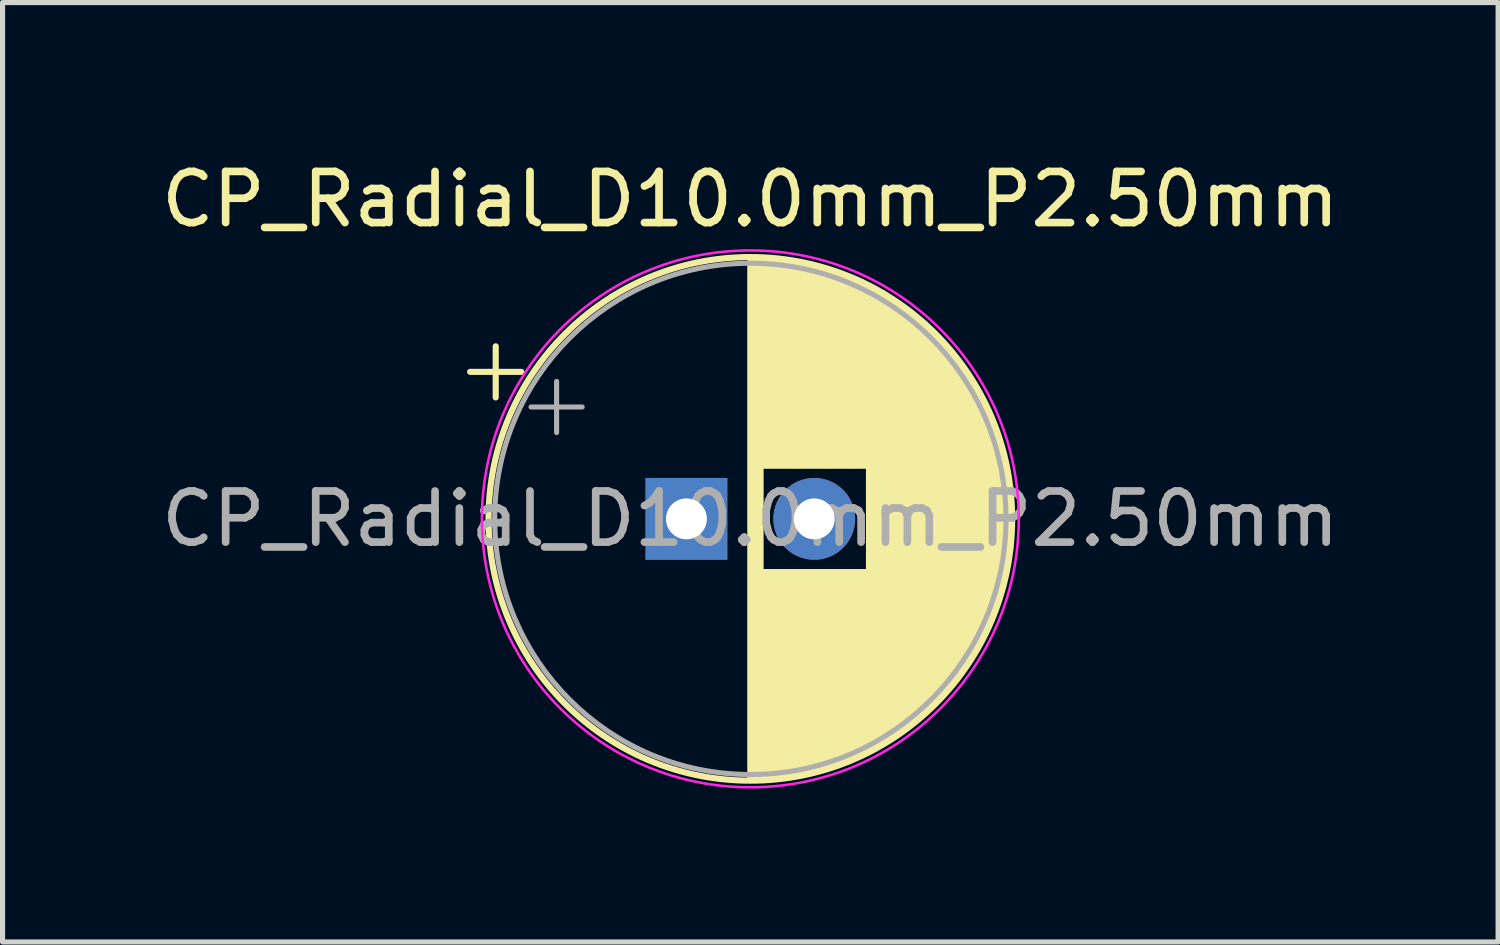
<source format=kicad_pcb>
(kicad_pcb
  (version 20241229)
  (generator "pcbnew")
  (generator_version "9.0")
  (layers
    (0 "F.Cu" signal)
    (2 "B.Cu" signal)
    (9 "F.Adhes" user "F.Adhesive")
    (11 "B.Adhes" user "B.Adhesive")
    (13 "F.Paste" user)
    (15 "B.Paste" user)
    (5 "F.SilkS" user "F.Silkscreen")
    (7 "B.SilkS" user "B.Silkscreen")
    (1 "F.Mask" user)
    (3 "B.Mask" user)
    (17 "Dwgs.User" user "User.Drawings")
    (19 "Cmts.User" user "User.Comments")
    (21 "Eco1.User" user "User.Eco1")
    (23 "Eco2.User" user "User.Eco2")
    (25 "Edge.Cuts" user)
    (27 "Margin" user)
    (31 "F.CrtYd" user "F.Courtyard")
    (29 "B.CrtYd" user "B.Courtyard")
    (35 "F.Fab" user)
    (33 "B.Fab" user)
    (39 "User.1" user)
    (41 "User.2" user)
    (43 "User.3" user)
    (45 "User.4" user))
  (footprint "CP_Radial_D10.0mm_P2.50mm"
    (layer "F.Cu")
    (at 10.375 7.098)
    (property "Reference" "CP_Radial_D10.0mm_P2.50mm" (at 1.25 -6.25 0) (layer "F.SilkS") (effects (font (size 1 1) (thickness 0.15))))
    (attr through_hole)
    (fp_line (start -4.23 -2.875) (end -3.23 -2.875) (stroke (width 0.12) (type solid)) (layer "F.SilkS"))
    (fp_line (start -3.73 -3.375) (end -3.73 -2.375) (stroke (width 0.12) (type solid)) (layer "F.SilkS"))
    (fp_line (start 1.25 -5.08) (end 1.25 5.08) (stroke (width 0.12) (type solid)) (layer "F.SilkS"))
    (fp_line (start 1.29 -5.08) (end 1.29 5.08) (stroke (width 0.12) (type solid)) (layer "F.SilkS"))
    (fp_line (start 1.33 -5.08) (end 1.33 5.08) (stroke (width 0.12) (type solid)) (layer "F.SilkS"))
    (fp_line (start 1.37 -5.079) (end 1.37 5.079) (stroke (width 0.12) (type solid)) (layer "F.SilkS"))
    (fp_line (start 1.41 -5.078) (end 1.41 5.078) (stroke (width 0.12) (type solid)) (layer "F.SilkS"))
    (fp_line (start 1.45 -5.077) (end 1.45 5.077) (stroke (width 0.12) (type solid)) (layer "F.SilkS"))
    (fp_line (start 1.49 -5.075) (end 1.49 -1.04) (stroke (width 0.12) (type solid)) (layer "F.SilkS"))
    (fp_line (start 1.49 1.04) (end 1.49 5.075) (stroke (width 0.12) (type solid)) (layer "F.SilkS"))
    (fp_line (start 1.53 -5.073) (end 1.53 -1.04) (stroke (width 0.12) (type solid)) (layer "F.SilkS"))
    (fp_line (start 1.53 1.04) (end 1.53 5.073) (stroke (width 0.12) (type solid)) (layer "F.SilkS"))
    (fp_line (start 1.57 -5.07) (end 1.57 -1.04) (stroke (width 0.12) (type solid)) (layer "F.SilkS"))
    (fp_line (start 1.57 1.04) (end 1.57 5.07) (stroke (width 0.12) (type solid)) (layer "F.SilkS"))
    (fp_line (start 1.61 -5.068) (end 1.61 -1.04) (stroke (width 0.12) (type solid)) (layer "F.SilkS"))
    (fp_line (start 1.61 1.04) (end 1.61 5.068) (stroke (width 0.12) (type solid)) (layer "F.SilkS"))
    (fp_line (start 1.65 -5.065) (end 1.65 -1.04) (stroke (width 0.12) (type solid)) (layer "F.SilkS"))
    (fp_line (start 1.65 1.04) (end 1.65 5.065) (stroke (width 0.12) (type solid)) (layer "F.SilkS"))
    (fp_line (start 1.69 -5.062) (end 1.69 -1.04) (stroke (width 0.12) (type solid)) (layer "F.SilkS"))
    (fp_line (start 1.69 1.04) (end 1.69 5.062) (stroke (width 0.12) (type solid)) (layer "F.SilkS"))
    (fp_line (start 1.73 -5.058) (end 1.73 -1.04) (stroke (width 0.12) (type solid)) (layer "F.SilkS"))
    (fp_line (start 1.73 1.04) (end 1.73 5.058) (stroke (width 0.12) (type solid)) (layer "F.SilkS"))
    (fp_line (start 1.77 -5.054) (end 1.77 -1.04) (stroke (width 0.12) (type solid)) (layer "F.SilkS"))
    (fp_line (start 1.77 1.04) (end 1.77 5.054) (stroke (width 0.12) (type solid)) (layer "F.SilkS"))
    (fp_line (start 1.81 -5.05) (end 1.81 -1.04) (stroke (width 0.12) (type solid)) (layer "F.SilkS"))
    (fp_line (start 1.81 1.04) (end 1.81 5.05) (stroke (width 0.12) (type solid)) (layer "F.SilkS"))
    (fp_line (start 1.85 -5.045) (end 1.85 -1.04) (stroke (width 0.12) (type solid)) (layer "F.SilkS"))
    (fp_line (start 1.85 1.04) (end 1.85 5.045) (stroke (width 0.12) (type solid)) (layer "F.SilkS"))
    (fp_line (start 1.89 -5.04) (end 1.89 -1.04) (stroke (width 0.12) (type solid)) (layer "F.SilkS"))
    (fp_line (start 1.89 1.04) (end 1.89 5.04) (stroke (width 0.12) (type solid)) (layer "F.SilkS"))
    (fp_line (start 1.93 -5.035) (end 1.93 -1.04) (stroke (width 0.12) (type solid)) (layer "F.SilkS"))
    (fp_line (start 1.93 1.04) (end 1.93 5.035) (stroke (width 0.12) (type solid)) (layer "F.SilkS"))
    (fp_line (start 1.971 -5.03) (end 1.971 -1.04) (stroke (width 0.12) (type solid)) (layer "F.SilkS"))
    (fp_line (start 1.971 1.04) (end 1.971 5.03) (stroke (width 0.12) (type solid)) (layer "F.SilkS"))
    (fp_line (start 2.011 -5.024) (end 2.011 -1.04) (stroke (width 0.12) (type solid)) (layer "F.SilkS"))
    (fp_line (start 2.011 1.04) (end 2.011 5.024) (stroke (width 0.12) (type solid)) (layer "F.SilkS"))
    (fp_line (start 2.051 -5.018) (end 2.051 -1.04) (stroke (width 0.12) (type solid)) (layer "F.SilkS"))
    (fp_line (start 2.051 1.04) (end 2.051 5.018) (stroke (width 0.12) (type solid)) (layer "F.SilkS"))
    (fp_line (start 2.091 -5.011) (end 2.091 -1.04) (stroke (width 0.12) (type solid)) (layer "F.SilkS"))
    (fp_line (start 2.091 1.04) (end 2.091 5.011) (stroke (width 0.12) (type solid)) (layer "F.SilkS"))
    (fp_line (start 2.131 -5.004) (end 2.131 -1.04) (stroke (width 0.12) (type solid)) (layer "F.SilkS"))
    (fp_line (start 2.131 1.04) (end 2.131 5.004) (stroke (width 0.12) (type solid)) (layer "F.SilkS"))
    (fp_line (start 2.171 -4.997) (end 2.171 -1.04) (stroke (width 0.12) (type solid)) (layer "F.SilkS"))
    (fp_line (start 2.171 1.04) (end 2.171 4.997) (stroke (width 0.12) (type solid)) (layer "F.SilkS"))
    (fp_line (start 2.211 -4.99) (end 2.211 -1.04) (stroke (width 0.12) (type solid)) (layer "F.SilkS"))
    (fp_line (start 2.211 1.04) (end 2.211 4.99) (stroke (width 0.12) (type solid)) (layer "F.SilkS"))
    (fp_line (start 2.251 -4.982) (end 2.251 -1.04) (stroke (width 0.12) (type solid)) (layer "F.SilkS"))
    (fp_line (start 2.251 1.04) (end 2.251 4.982) (stroke (width 0.12) (type solid)) (layer "F.SilkS"))
    (fp_line (start 2.291 -4.974) (end 2.291 -1.04) (stroke (width 0.12) (type solid)) (layer "F.SilkS"))
    (fp_line (start 2.291 1.04) (end 2.291 4.974) (stroke (width 0.12) (type solid)) (layer "F.SilkS"))
    (fp_line (start 2.331 -4.965) (end 2.331 -1.04) (stroke (width 0.12) (type solid)) (layer "F.SilkS"))
    (fp_line (start 2.331 1.04) (end 2.331 4.965) (stroke (width 0.12) (type solid)) (layer "F.SilkS"))
    (fp_line (start 2.371 -4.956) (end 2.371 -1.04) (stroke (width 0.12) (type solid)) (layer "F.SilkS"))
    (fp_line (start 2.371 1.04) (end 2.371 4.956) (stroke (width 0.12) (type solid)) (layer "F.SilkS"))
    (fp_line (start 2.411 -4.947) (end 2.411 -1.04) (stroke (width 0.12) (type solid)) (layer "F.SilkS"))
    (fp_line (start 2.411 1.04) (end 2.411 4.947) (stroke (width 0.12) (type solid)) (layer "F.SilkS"))
    (fp_line (start 2.451 -4.938) (end 2.451 -1.04) (stroke (width 0.12) (type solid)) (layer "F.SilkS"))
    (fp_line (start 2.451 1.04) (end 2.451 4.938) (stroke (width 0.12) (type solid)) (layer "F.SilkS"))
    (fp_line (start 2.491 -4.928) (end 2.491 -1.04) (stroke (width 0.12) (type solid)) (layer "F.SilkS"))
    (fp_line (start 2.491 1.04) (end 2.491 4.928) (stroke (width 0.12) (type solid)) (layer "F.SilkS"))
    (fp_line (start 2.531 -4.918) (end 2.531 -1.04) (stroke (width 0.12) (type solid)) (layer "F.SilkS"))
    (fp_line (start 2.531 1.04) (end 2.531 4.918) (stroke (width 0.12) (type solid)) (layer "F.SilkS"))
    (fp_line (start 2.571 -4.907) (end 2.571 -1.04) (stroke (width 0.12) (type solid)) (layer "F.SilkS"))
    (fp_line (start 2.571 1.04) (end 2.571 4.907) (stroke (width 0.12) (type solid)) (layer "F.SilkS"))
    (fp_line (start 2.611 -4.897) (end 2.611 -1.04) (stroke (width 0.12) (type solid)) (layer "F.SilkS"))
    (fp_line (start 2.611 1.04) (end 2.611 4.897) (stroke (width 0.12) (type solid)) (layer "F.SilkS"))
    (fp_line (start 2.651 -4.885) (end 2.651 -1.04) (stroke (width 0.12) (type solid)) (layer "F.SilkS"))
    (fp_line (start 2.651 1.04) (end 2.651 4.885) (stroke (width 0.12) (type solid)) (layer "F.SilkS"))
    (fp_line (start 2.691 -4.874) (end 2.691 -1.04) (stroke (width 0.12) (type solid)) (layer "F.SilkS"))
    (fp_line (start 2.691 1.04) (end 2.691 4.874) (stroke (width 0.12) (type solid)) (layer "F.SilkS"))
    (fp_line (start 2.731 -4.862) (end 2.731 -1.04) (stroke (width 0.12) (type solid)) (layer "F.SilkS"))
    (fp_line (start 2.731 1.04) (end 2.731 4.862) (stroke (width 0.12) (type solid)) (layer "F.SilkS"))
    (fp_line (start 2.771 -4.85) (end 2.771 -1.04) (stroke (width 0.12) (type solid)) (layer "F.SilkS"))
    (fp_line (start 2.771 1.04) (end 2.771 4.85) (stroke (width 0.12) (type solid)) (layer "F.SilkS"))
    (fp_line (start 2.811 -4.837) (end 2.811 -1.04) (stroke (width 0.12) (type solid)) (layer "F.SilkS"))
    (fp_line (start 2.811 1.04) (end 2.811 4.837) (stroke (width 0.12) (type solid)) (layer "F.SilkS"))
    (fp_line (start 2.851 -4.824) (end 2.851 -1.04) (stroke (width 0.12) (type solid)) (layer "F.SilkS"))
    (fp_line (start 2.851 1.04) (end 2.851 4.824) (stroke (width 0.12) (type solid)) (layer "F.SilkS"))
    (fp_line (start 2.891 -4.811) (end 2.891 -1.04) (stroke (width 0.12) (type solid)) (layer "F.SilkS"))
    (fp_line (start 2.891 1.04) (end 2.891 4.811) (stroke (width 0.12) (type solid)) (layer "F.SilkS"))
    (fp_line (start 2.931 -4.797) (end 2.931 -1.04) (stroke (width 0.12) (type solid)) (layer "F.SilkS"))
    (fp_line (start 2.931 1.04) (end 2.931 4.797) (stroke (width 0.12) (type solid)) (layer "F.SilkS"))
    (fp_line (start 2.971 -4.783) (end 2.971 -1.04) (stroke (width 0.12) (type solid)) (layer "F.SilkS"))
    (fp_line (start 2.971 1.04) (end 2.971 4.783) (stroke (width 0.12) (type solid)) (layer "F.SilkS"))
    (fp_line (start 3.011 -4.768) (end 3.011 -1.04) (stroke (width 0.12) (type solid)) (layer "F.SilkS"))
    (fp_line (start 3.011 1.04) (end 3.011 4.768) (stroke (width 0.12) (type solid)) (layer "F.SilkS"))
    (fp_line (start 3.051 -4.754) (end 3.051 -1.04) (stroke (width 0.12) (type solid)) (layer "F.SilkS"))
    (fp_line (start 3.051 1.04) (end 3.051 4.754) (stroke (width 0.12) (type solid)) (layer "F.SilkS"))
    (fp_line (start 3.091 -4.738) (end 3.091 -1.04) (stroke (width 0.12) (type solid)) (layer "F.SilkS"))
    (fp_line (start 3.091 1.04) (end 3.091 4.738) (stroke (width 0.12) (type solid)) (layer "F.SilkS"))
    (fp_line (start 3.131 -4.723) (end 3.131 -1.04) (stroke (width 0.12) (type solid)) (layer "F.SilkS"))
    (fp_line (start 3.131 1.04) (end 3.131 4.723) (stroke (width 0.12) (type solid)) (layer "F.SilkS"))
    (fp_line (start 3.171 -4.707) (end 3.171 -1.04) (stroke (width 0.12) (type solid)) (layer "F.SilkS"))
    (fp_line (start 3.171 1.04) (end 3.171 4.707) (stroke (width 0.12) (type solid)) (layer "F.SilkS"))
    (fp_line (start 3.211 -4.69) (end 3.211 -1.04) (stroke (width 0.12) (type solid)) (layer "F.SilkS"))
    (fp_line (start 3.211 1.04) (end 3.211 4.69) (stroke (width 0.12) (type solid)) (layer "F.SilkS"))
    (fp_line (start 3.251 -4.674) (end 3.251 -1.04) (stroke (width 0.12) (type solid)) (layer "F.SilkS"))
    (fp_line (start 3.251 1.04) (end 3.251 4.674) (stroke (width 0.12) (type solid)) (layer "F.SilkS"))
    (fp_line (start 3.291 -4.657) (end 3.291 -1.04) (stroke (width 0.12) (type solid)) (layer "F.SilkS"))
    (fp_line (start 3.291 1.04) (end 3.291 4.657) (stroke (width 0.12) (type solid)) (layer "F.SilkS"))
    (fp_line (start 3.331 -4.639) (end 3.331 -1.04) (stroke (width 0.12) (type solid)) (layer "F.SilkS"))
    (fp_line (start 3.331 1.04) (end 3.331 4.639) (stroke (width 0.12) (type solid)) (layer "F.SilkS"))
    (fp_line (start 3.371 -4.621) (end 3.371 -1.04) (stroke (width 0.12) (type solid)) (layer "F.SilkS"))
    (fp_line (start 3.371 1.04) (end 3.371 4.621) (stroke (width 0.12) (type solid)) (layer "F.SilkS"))
    (fp_line (start 3.411 -4.603) (end 3.411 -1.04) (stroke (width 0.12) (type solid)) (layer "F.SilkS"))
    (fp_line (start 3.411 1.04) (end 3.411 4.603) (stroke (width 0.12) (type solid)) (layer "F.SilkS"))
    (fp_line (start 3.451 -4.584) (end 3.451 -1.04) (stroke (width 0.12) (type solid)) (layer "F.SilkS"))
    (fp_line (start 3.451 1.04) (end 3.451 4.584) (stroke (width 0.12) (type solid)) (layer "F.SilkS"))
    (fp_line (start 3.491 -4.564) (end 3.491 -1.04) (stroke (width 0.12) (type solid)) (layer "F.SilkS"))
    (fp_line (start 3.491 1.04) (end 3.491 4.564) (stroke (width 0.12) (type solid)) (layer "F.SilkS"))
    (fp_line (start 3.531 -4.545) (end 3.531 -1.04) (stroke (width 0.12) (type solid)) (layer "F.SilkS"))
    (fp_line (start 3.531 1.04) (end 3.531 4.545) (stroke (width 0.12) (type solid)) (layer "F.SilkS"))
    (fp_line (start 3.571 -4.525) (end 3.571 4.525) (stroke (width 0.12) (type solid)) (layer "F.SilkS"))
    (fp_line (start 3.611 -4.504) (end 3.611 4.504) (stroke (width 0.12) (type solid)) (layer "F.SilkS"))
    (fp_line (start 3.651 -4.483) (end 3.651 4.483) (stroke (width 0.12) (type solid)) (layer "F.SilkS"))
    (fp_line (start 3.691 -4.462) (end 3.691 4.462) (stroke (width 0.12) (type solid)) (layer "F.SilkS"))
    (fp_line (start 3.731 -4.44) (end 3.731 4.44) (stroke (width 0.12) (type solid)) (layer "F.SilkS"))
    (fp_line (start 3.771 -4.417) (end 3.771 4.417) (stroke (width 0.12) (type solid)) (layer "F.SilkS"))
    (fp_line (start 3.811 -4.395) (end 3.811 4.395) (stroke (width 0.12) (type solid)) (layer "F.SilkS"))
    (fp_line (start 3.851 -4.371) (end 3.851 4.371) (stroke (width 0.12) (type solid)) (layer "F.SilkS"))
    (fp_line (start 3.891 -4.347) (end 3.891 4.347) (stroke (width 0.12) (type solid)) (layer "F.SilkS"))
    (fp_line (start 3.931 -4.323) (end 3.931 4.323) (stroke (width 0.12) (type solid)) (layer "F.SilkS"))
    (fp_line (start 3.971 -4.298) (end 3.971 4.298) (stroke (width 0.12) (type solid)) (layer "F.SilkS"))
    (fp_line (start 4.011 -4.273) (end 4.011 4.273) (stroke (width 0.12) (type solid)) (layer "F.SilkS"))
    (fp_line (start 4.051 -4.247) (end 4.051 4.247) (stroke (width 0.12) (type solid)) (layer "F.SilkS"))
    (fp_line (start 4.091 -4.221) (end 4.091 4.221) (stroke (width 0.12) (type solid)) (layer "F.SilkS"))
    (fp_line (start 4.131 -4.194) (end 4.131 4.194) (stroke (width 0.12) (type solid)) (layer "F.SilkS"))
    (fp_line (start 4.171 -4.166) (end 4.171 4.166) (stroke (width 0.12) (type solid)) (layer "F.SilkS"))
    (fp_line (start 4.211 -4.138) (end 4.211 4.138) (stroke (width 0.12) (type solid)) (layer "F.SilkS"))
    (fp_line (start 4.251 -4.11) (end 4.251 4.11) (stroke (width 0.12) (type solid)) (layer "F.SilkS"))
    (fp_line (start 4.291 -4.08) (end 4.291 4.08) (stroke (width 0.12) (type solid)) (layer "F.SilkS"))
    (fp_line (start 4.331 -4.05) (end 4.331 4.05) (stroke (width 0.12) (type solid)) (layer "F.SilkS"))
    (fp_line (start 4.371 -4.02) (end 4.371 4.02) (stroke (width 0.12) (type solid)) (layer "F.SilkS"))
    (fp_line (start 4.411 -3.989) (end 4.411 3.989) (stroke (width 0.12) (type solid)) (layer "F.SilkS"))
    (fp_line (start 4.451 -3.957) (end 4.451 3.957) (stroke (width 0.12) (type solid)) (layer "F.SilkS"))
    (fp_line (start 4.491 -3.925) (end 4.491 3.925) (stroke (width 0.12) (type solid)) (layer "F.SilkS"))
    (fp_line (start 4.531 -3.892) (end 4.531 3.892) (stroke (width 0.12) (type solid)) (layer "F.SilkS"))
    (fp_line (start 4.571 -3.858) (end 4.571 3.858) (stroke (width 0.12) (type solid)) (layer "F.SilkS"))
    (fp_line (start 4.611 -3.824) (end 4.611 3.824) (stroke (width 0.12) (type solid)) (layer "F.SilkS"))
    (fp_line (start 4.651 -3.789) (end 4.651 3.789) (stroke (width 0.12) (type solid)) (layer "F.SilkS"))
    (fp_line (start 4.691 -3.753) (end 4.691 3.753) (stroke (width 0.12) (type solid)) (layer "F.SilkS"))
    (fp_line (start 4.731 -3.716) (end 4.731 3.716) (stroke (width 0.12) (type solid)) (layer "F.SilkS"))
    (fp_line (start 4.771 -3.679) (end 4.771 3.679) (stroke (width 0.12) (type solid)) (layer "F.SilkS"))
    (fp_line (start 4.811 -3.64) (end 4.811 3.64) (stroke (width 0.12) (type solid)) (layer "F.SilkS"))
    (fp_line (start 4.851 -3.601) (end 4.851 3.601) (stroke (width 0.12) (type solid)) (layer "F.SilkS"))
    (fp_line (start 4.891 -3.561) (end 4.891 3.561) (stroke (width 0.12) (type solid)) (layer "F.SilkS"))
    (fp_line (start 4.931 -3.52) (end 4.931 3.52) (stroke (width 0.12) (type solid)) (layer "F.SilkS"))
    (fp_line (start 4.971 -3.478) (end 4.971 3.478) (stroke (width 0.12) (type solid)) (layer "F.SilkS"))
    (fp_line (start 5.011 -3.436) (end 5.011 3.436) (stroke (width 0.12) (type solid)) (layer "F.SilkS"))
    (fp_line (start 5.051 -3.392) (end 5.051 3.392) (stroke (width 0.12) (type solid)) (layer "F.SilkS"))
    (fp_line (start 5.091 -3.347) (end 5.091 3.347) (stroke (width 0.12) (type solid)) (layer "F.SilkS"))
    (fp_line (start 5.131 -3.301) (end 5.131 3.301) (stroke (width 0.12) (type solid)) (layer "F.SilkS"))
    (fp_line (start 5.171 -3.254) (end 5.171 3.254) (stroke (width 0.12) (type solid)) (layer "F.SilkS"))
    (fp_line (start 5.211 -3.206) (end 5.211 3.206) (stroke (width 0.12) (type solid)) (layer "F.SilkS"))
    (fp_line (start 5.251 -3.156) (end 5.251 3.156) (stroke (width 0.12) (type solid)) (layer "F.SilkS"))
    (fp_line (start 5.291 -3.106) (end 5.291 3.106) (stroke (width 0.12) (type solid)) (layer "F.SilkS"))
    (fp_line (start 5.331 -3.054) (end 5.331 3.054) (stroke (width 0.12) (type solid)) (layer "F.SilkS"))
    (fp_line (start 5.371 -3) (end 5.371 3) (stroke (width 0.12) (type solid)) (layer "F.SilkS"))
    (fp_line (start 5.411 -2.945) (end 5.411 2.945) (stroke (width 0.12) (type solid)) (layer "F.SilkS"))
    (fp_line (start 5.451 -2.889) (end 5.451 2.889) (stroke (width 0.12) (type solid)) (layer "F.SilkS"))
    (fp_line (start 5.491 -2.83) (end 5.491 2.83) (stroke (width 0.12) (type solid)) (layer "F.SilkS"))
    (fp_line (start 5.531 -2.77) (end 5.531 2.77) (stroke (width 0.12) (type solid)) (layer "F.SilkS"))
    (fp_line (start 5.571 -2.709) (end 5.571 2.709) (stroke (width 0.12) (type solid)) (layer "F.SilkS"))
    (fp_line (start 5.611 -2.645) (end 5.611 2.645) (stroke (width 0.12) (type solid)) (layer "F.SilkS"))
    (fp_line (start 5.651 -2.579) (end 5.651 2.579) (stroke (width 0.12) (type solid)) (layer "F.SilkS"))
    (fp_line (start 5.691 -2.51) (end 5.691 2.51) (stroke (width 0.12) (type solid)) (layer "F.SilkS"))
    (fp_line (start 5.731 -2.439) (end 5.731 2.439) (stroke (width 0.12) (type solid)) (layer "F.SilkS"))
    (fp_line (start 5.771 -2.365) (end 5.771 2.365) (stroke (width 0.12) (type solid)) (layer "F.SilkS"))
    (fp_line (start 5.811 -2.289) (end 5.811 2.289) (stroke (width 0.12) (type solid)) (layer "F.SilkS"))
    (fp_line (start 5.851 -2.209) (end 5.851 2.209) (stroke (width 0.12) (type solid)) (layer "F.SilkS"))
    (fp_line (start 5.891 -2.125) (end 5.891 2.125) (stroke (width 0.12) (type solid)) (layer "F.SilkS"))
    (fp_line (start 5.931 -2.037) (end 5.931 2.037) (stroke (width 0.12) (type solid)) (layer "F.SilkS"))
    (fp_line (start 5.971 -1.944) (end 5.971 1.944) (stroke (width 0.12) (type solid)) (layer "F.SilkS"))
    (fp_line (start 6.011 -1.846) (end 6.011 1.846) (stroke (width 0.12) (type solid)) (layer "F.SilkS"))
    (fp_line (start 6.051 -1.742) (end 6.051 1.742) (stroke (width 0.12) (type solid)) (layer "F.SilkS"))
    (fp_line (start 6.091 -1.63) (end 6.091 1.63) (stroke (width 0.12) (type solid)) (layer "F.SilkS"))
    (fp_line (start 6.131 -1.51) (end 6.131 1.51) (stroke (width 0.12) (type solid)) (layer "F.SilkS"))
    (fp_line (start 6.171 -1.378) (end 6.171 1.378) (stroke (width 0.12) (type solid)) (layer "F.SilkS"))
    (fp_line (start 6.211 -1.23) (end 6.211 1.23) (stroke (width 0.12) (type solid)) (layer "F.SilkS"))
    (fp_line (start 6.251 -1.062) (end 6.251 1.062) (stroke (width 0.12) (type solid)) (layer "F.SilkS"))
    (fp_line (start 6.291 -0.862) (end 6.291 0.862) (stroke (width 0.12) (type solid)) (layer "F.SilkS"))
    (fp_line (start 6.331 -0.599) (end 6.331 0.599) (stroke (width 0.12) (type solid)) (layer "F.SilkS"))
    (fp_circle (center 1.25 0) (end 6.37 0) (stroke (width 0.12) (type solid)) (fill no) (layer "F.SilkS"))
    (fp_circle (center 1.25 0) (end 6.5 0) (stroke (width 0.05) (type solid)) (fill no) (layer "F.CrtYd"))
    (fp_line (start -3.039 -2.188) (end -2.039 -2.188) (stroke (width 0.1) (type solid)) (layer "F.Fab"))
    (fp_line (start -2.539 -2.688) (end -2.539 -1.688) (stroke (width 0.1) (type solid)) (layer "F.Fab"))
    (fp_circle (center 1.25 0) (end 6.25 0) (stroke (width 0.1) (type solid)) (fill no) (layer "F.Fab"))
    (fp_text user "${REFERENCE}" (at 1.25 0 0) (layer "F.Fab") (effects (font (size 1 1) (thickness 0.15))))
    (pad "1" thru_hole rect (at 0 0) (size 1.6 1.6) (drill 0.8) (layers "*.Cu" "*.Mask"))
    (pad "2" thru_hole circle (at 2.5 0) (size 1.6 1.6) (drill 0.8) (layers "*.Cu" "*.Mask")))
  (gr_rect
    (start -3 -3)
    (end 26.25 15.373)
    (stroke (width 0.1) (type default))
    (fill no)
    (layer "Edge.Cuts")))
</source>
